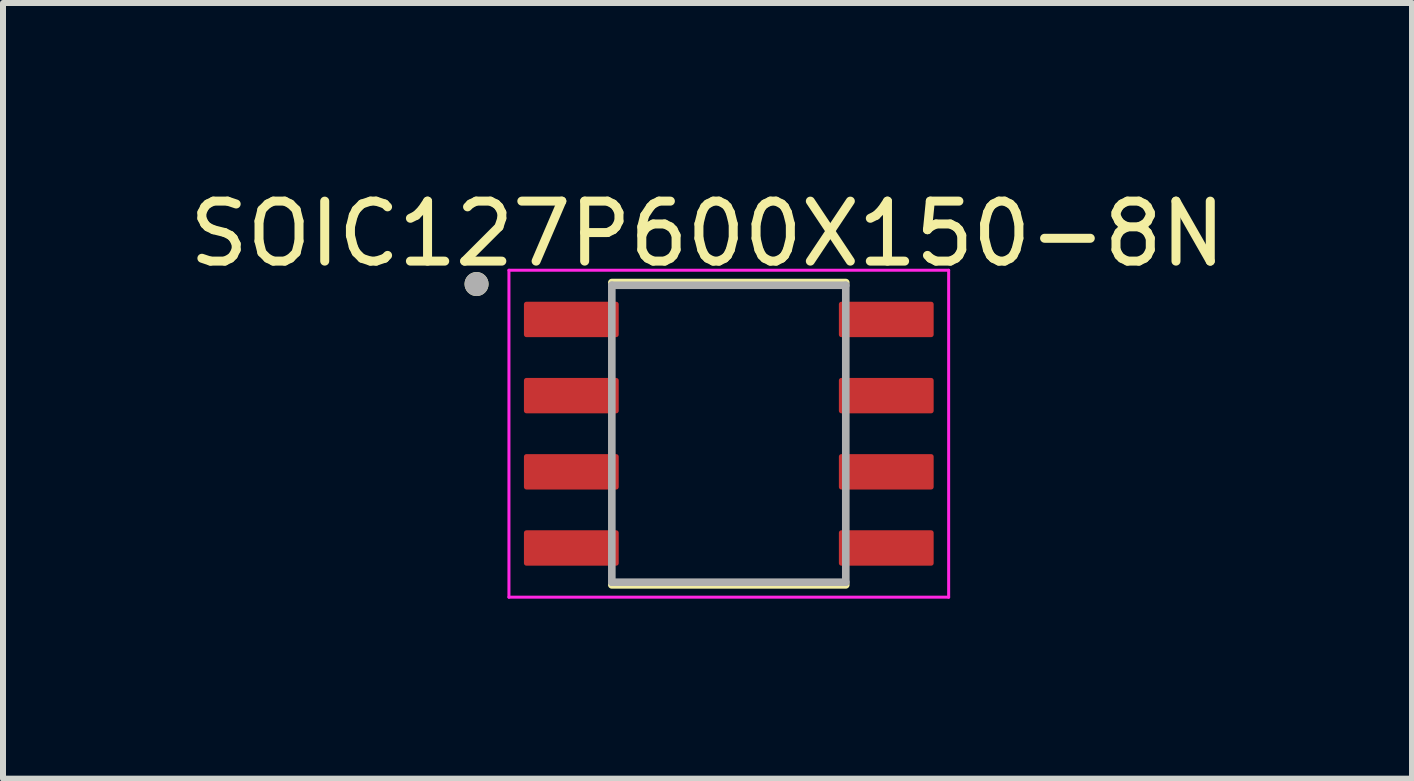
<source format=kicad_pcb>
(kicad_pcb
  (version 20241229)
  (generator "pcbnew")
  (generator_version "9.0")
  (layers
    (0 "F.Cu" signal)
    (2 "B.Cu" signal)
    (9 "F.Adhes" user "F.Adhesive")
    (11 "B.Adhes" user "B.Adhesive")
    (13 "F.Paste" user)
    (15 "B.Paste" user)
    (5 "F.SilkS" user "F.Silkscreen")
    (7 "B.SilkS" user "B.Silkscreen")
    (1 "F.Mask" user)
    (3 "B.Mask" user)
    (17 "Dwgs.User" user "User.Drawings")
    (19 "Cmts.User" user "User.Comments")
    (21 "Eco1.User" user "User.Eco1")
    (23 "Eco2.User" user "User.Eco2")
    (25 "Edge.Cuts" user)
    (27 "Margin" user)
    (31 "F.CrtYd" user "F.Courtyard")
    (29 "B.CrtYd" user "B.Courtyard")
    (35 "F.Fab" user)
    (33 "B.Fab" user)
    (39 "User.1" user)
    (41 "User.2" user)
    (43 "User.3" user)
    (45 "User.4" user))
  (footprint "SOIC127P600X150-8N"
    (layer "F.Cu")
    (at 9.099 4.18)
    (property "Reference" "SOIC127P600X150-8N" (at -0.355 -3.332 0) (layer "F.SilkS") (effects (font (size 1 1) (thickness 0.15))))
    (attr through_hole)
    (fp_line (start -1.95 -2.52) (end 1.95 -2.52) (stroke (width 0.127) (type solid)) (layer "F.SilkS"))
    (fp_line (start -1.95 2.52) (end 1.95 2.52) (stroke (width 0.127) (type solid)) (layer "F.SilkS"))
    (fp_circle (center -4.205 -2.495) (end -4.105 -2.495) (stroke (width 0.2) (type solid)) (fill no) (layer "F.SilkS"))
    (fp_line (start -3.665 -2.725) (end -3.665 2.725) (stroke (width 0.05) (type solid)) (layer "F.CrtYd"))
    (fp_line (start -3.665 -2.725) (end 3.665 -2.725) (stroke (width 0.05) (type solid)) (layer "F.CrtYd"))
    (fp_line (start -3.665 2.725) (end 3.665 2.725) (stroke (width 0.05) (type solid)) (layer "F.CrtYd"))
    (fp_line (start 3.665 -2.725) (end 3.665 2.725) (stroke (width 0.05) (type solid)) (layer "F.CrtYd"))
    (fp_line (start -1.95 -2.475) (end -1.95 2.475) (stroke (width 0.127) (type solid)) (layer "F.Fab"))
    (fp_line (start -1.95 -2.475) (end 1.95 -2.475) (stroke (width 0.127) (type solid)) (layer "F.Fab"))
    (fp_line (start -1.95 2.475) (end 1.95 2.475) (stroke (width 0.127) (type solid)) (layer "F.Fab"))
    (fp_line (start 1.95 -2.475) (end 1.95 2.475) (stroke (width 0.127) (type solid)) (layer "F.Fab"))
    (fp_circle (center -4.205 -2.495) (end -4.105 -2.495) (stroke (width 0.2) (type solid)) (fill no) (layer "F.Fab"))
    (pad "1" smd roundrect (at -2.625 -1.905) (size 1.58 0.59) (layers "F.Cu" "F.Mask" "F.Paste") (roundrect_rratio 0.07))
    (pad "2" smd roundrect (at -2.625 -0.635) (size 1.58 0.59) (layers "F.Cu" "F.Mask" "F.Paste") (roundrect_rratio 0.07))
    (pad "3" smd roundrect (at -2.625 0.635) (size 1.58 0.59) (layers "F.Cu" "F.Mask" "F.Paste") (roundrect_rratio 0.07))
    (pad "4" smd roundrect (at -2.625 1.905) (size 1.58 0.59) (layers "F.Cu" "F.Mask" "F.Paste") (roundrect_rratio 0.07))
    (pad "5" smd roundrect (at 2.625 1.905) (size 1.58 0.59) (layers "F.Cu" "F.Mask" "F.Paste") (roundrect_rratio 0.07))
    (pad "6" smd roundrect (at 2.625 0.635) (size 1.58 0.59) (layers "F.Cu" "F.Mask" "F.Paste") (roundrect_rratio 0.07))
    (pad "7" smd roundrect (at 2.625 -0.635) (size 1.58 0.59) (layers "F.Cu" "F.Mask" "F.Paste") (roundrect_rratio 0.07))
    (pad "8" smd roundrect (at 2.625 -1.905) (size 1.58 0.59) (layers "F.Cu" "F.Mask" "F.Paste") (roundrect_rratio 0.07)))
  (gr_rect
    (start -3 -3)
    (end 20.488 9.93)
    (stroke (width 0.1) (type default))
    (fill no)
    (layer "Edge.Cuts")))
</source>
